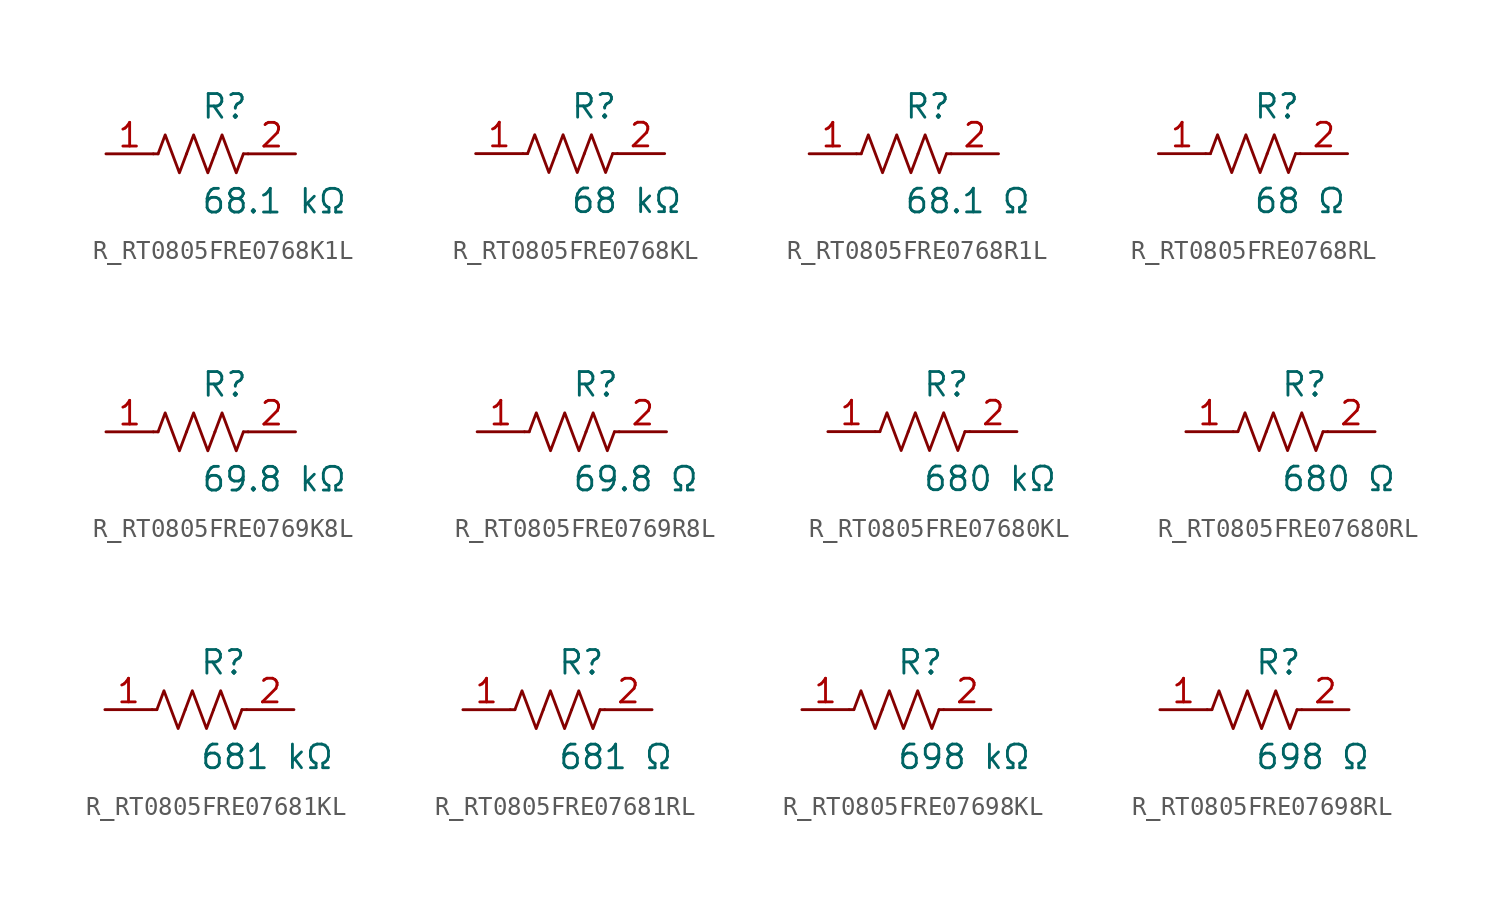
<source format=kicad_sym>
(kicad_symbol_lib
  (version 20231120)
  (generator kicad_symbol_editor)
  (generator_version 8.0)
  (symbol "R_RT0805FRE0768K1L"
    (pin_names
      (offset 0.254))
    (property "Reference" "R"
      (at 0 2.54 0)
      (effects (font (size 1.27 1.27)) (justify left)))
    (property "Value" "68.1 kΩ"
      (at 0 -2.54 0)
      (effects (font (size 1.27 1.27)) (justify left)))
    (symbol "R_RT0805FRE0768K1L_0_1"
      (polyline (pts (xy 2.286 0) (xy 2.54 0)) (stroke (width 0) (type default)) (fill (type none)))
      (polyline (pts (xy -2.286 0) (xy -2.54 0)) (stroke (width 0) (type default)) (fill (type none)))
      (polyline (pts (xy 0.762 0) (xy 1.143 1.016) (xy 1.524 0) (xy 1.905 -1.016) (xy 2.286 0)) (stroke (width 0) (type default)) (fill (type none)))
      (polyline (pts (xy -0.762 0) (xy -0.381 1.016) (xy 0 0) (xy 0.381 -1.016) (xy 0.762 0)) (stroke (width 0) (type default)) (fill (type none)))
      (polyline (pts (xy -2.286 0) (xy -1.905 1.016) (xy -1.524 0) (xy -1.143 -1.016) (xy -0.762 0)) (stroke (width 0) (type default)) (fill (type none))))
    (pin passive line
      (at -5.08 0 0)
      (length 2.54)
      (name "" (effects (font (size 1.27 1.27))))
      (number "1" (effects (font (size 1.27 1.27)))))
    (pin passive line
      (at 5.08 0 180)
      (length 2.54)
      (name "" (effects (font (size 1.27 1.27))))
      (number "2" (effects (font (size 1.27 1.27))))))
  (symbol "R_RT0805FRE0768KL"
    (pin_names
      (offset 0.254))
    (property "Reference" "R"
      (at 0 2.54 0)
      (effects (font (size 1.27 1.27)) (justify left)))
    (property "Value" "68 kΩ"
      (at 0 -2.54 0)
      (effects (font (size 1.27 1.27)) (justify left)))
    (symbol "R_RT0805FRE0768KL_0_1"
      (polyline (pts (xy 2.286 0) (xy 2.54 0)) (stroke (width 0) (type default)) (fill (type none)))
      (polyline (pts (xy -2.286 0) (xy -2.54 0)) (stroke (width 0) (type default)) (fill (type none)))
      (polyline (pts (xy 0.762 0) (xy 1.143 1.016) (xy 1.524 0) (xy 1.905 -1.016) (xy 2.286 0)) (stroke (width 0) (type default)) (fill (type none)))
      (polyline (pts (xy -0.762 0) (xy -0.381 1.016) (xy 0 0) (xy 0.381 -1.016) (xy 0.762 0)) (stroke (width 0) (type default)) (fill (type none)))
      (polyline (pts (xy -2.286 0) (xy -1.905 1.016) (xy -1.524 0) (xy -1.143 -1.016) (xy -0.762 0)) (stroke (width 0) (type default)) (fill (type none))))
    (pin passive line
      (at -5.08 0 0)
      (length 2.54)
      (name "" (effects (font (size 1.27 1.27))))
      (number "1" (effects (font (size 1.27 1.27)))))
    (pin passive line
      (at 5.08 0 180)
      (length 2.54)
      (name "" (effects (font (size 1.27 1.27))))
      (number "2" (effects (font (size 1.27 1.27))))))
  (symbol "R_RT0805FRE0768R1L"
    (pin_names
      (offset 0.254))
    (property "Reference" "R"
      (at 0 2.54 0)
      (effects (font (size 1.27 1.27)) (justify left)))
    (property "Value" "68.1 Ω"
      (at 0 -2.54 0)
      (effects (font (size 1.27 1.27)) (justify left)))
    (symbol "R_RT0805FRE0768R1L_0_1"
      (polyline (pts (xy 2.286 0) (xy 2.54 0)) (stroke (width 0) (type default)) (fill (type none)))
      (polyline (pts (xy -2.286 0) (xy -2.54 0)) (stroke (width 0) (type default)) (fill (type none)))
      (polyline (pts (xy 0.762 0) (xy 1.143 1.016) (xy 1.524 0) (xy 1.905 -1.016) (xy 2.286 0)) (stroke (width 0) (type default)) (fill (type none)))
      (polyline (pts (xy -0.762 0) (xy -0.381 1.016) (xy 0 0) (xy 0.381 -1.016) (xy 0.762 0)) (stroke (width 0) (type default)) (fill (type none)))
      (polyline (pts (xy -2.286 0) (xy -1.905 1.016) (xy -1.524 0) (xy -1.143 -1.016) (xy -0.762 0)) (stroke (width 0) (type default)) (fill (type none))))
    (pin passive line
      (at -5.08 0 0)
      (length 2.54)
      (name "" (effects (font (size 1.27 1.27))))
      (number "1" (effects (font (size 1.27 1.27)))))
    (pin passive line
      (at 5.08 0 180)
      (length 2.54)
      (name "" (effects (font (size 1.27 1.27))))
      (number "2" (effects (font (size 1.27 1.27))))))
  (symbol "R_RT0805FRE0768RL"
    (pin_names
      (offset 0.254))
    (property "Reference" "R"
      (at 0 2.54 0)
      (effects (font (size 1.27 1.27)) (justify left)))
    (property "Value" "68 Ω"
      (at 0 -2.54 0)
      (effects (font (size 1.27 1.27)) (justify left)))
    (symbol "R_RT0805FRE0768RL_0_1"
      (polyline (pts (xy 2.286 0) (xy 2.54 0)) (stroke (width 0) (type default)) (fill (type none)))
      (polyline (pts (xy -2.286 0) (xy -2.54 0)) (stroke (width 0) (type default)) (fill (type none)))
      (polyline (pts (xy 0.762 0) (xy 1.143 1.016) (xy 1.524 0) (xy 1.905 -1.016) (xy 2.286 0)) (stroke (width 0) (type default)) (fill (type none)))
      (polyline (pts (xy -0.762 0) (xy -0.381 1.016) (xy 0 0) (xy 0.381 -1.016) (xy 0.762 0)) (stroke (width 0) (type default)) (fill (type none)))
      (polyline (pts (xy -2.286 0) (xy -1.905 1.016) (xy -1.524 0) (xy -1.143 -1.016) (xy -0.762 0)) (stroke (width 0) (type default)) (fill (type none))))
    (pin passive line
      (at -5.08 0 0)
      (length 2.54)
      (name "" (effects (font (size 1.27 1.27))))
      (number "1" (effects (font (size 1.27 1.27)))))
    (pin passive line
      (at 5.08 0 180)
      (length 2.54)
      (name "" (effects (font (size 1.27 1.27))))
      (number "2" (effects (font (size 1.27 1.27))))))
  (symbol "R_RT0805FRE0769K8L"
    (pin_names
      (offset 0.254))
    (property "Reference" "R"
      (at 0 2.54 0)
      (effects (font (size 1.27 1.27)) (justify left)))
    (property "Value" "69.8 kΩ"
      (at 0 -2.54 0)
      (effects (font (size 1.27 1.27)) (justify left)))
    (symbol "R_RT0805FRE0769K8L_0_1"
      (polyline (pts (xy 2.286 0) (xy 2.54 0)) (stroke (width 0) (type default)) (fill (type none)))
      (polyline (pts (xy -2.286 0) (xy -2.54 0)) (stroke (width 0) (type default)) (fill (type none)))
      (polyline (pts (xy 0.762 0) (xy 1.143 1.016) (xy 1.524 0) (xy 1.905 -1.016) (xy 2.286 0)) (stroke (width 0) (type default)) (fill (type none)))
      (polyline (pts (xy -0.762 0) (xy -0.381 1.016) (xy 0 0) (xy 0.381 -1.016) (xy 0.762 0)) (stroke (width 0) (type default)) (fill (type none)))
      (polyline (pts (xy -2.286 0) (xy -1.905 1.016) (xy -1.524 0) (xy -1.143 -1.016) (xy -0.762 0)) (stroke (width 0) (type default)) (fill (type none))))
    (pin passive line
      (at -5.08 0 0)
      (length 2.54)
      (name "" (effects (font (size 1.27 1.27))))
      (number "1" (effects (font (size 1.27 1.27)))))
    (pin passive line
      (at 5.08 0 180)
      (length 2.54)
      (name "" (effects (font (size 1.27 1.27))))
      (number "2" (effects (font (size 1.27 1.27))))))
  (symbol "R_RT0805FRE0769R8L"
    (pin_names
      (offset 0.254))
    (property "Reference" "R"
      (at 0 2.54 0)
      (effects (font (size 1.27 1.27)) (justify left)))
    (property "Value" "69.8 Ω"
      (at 0 -2.54 0)
      (effects (font (size 1.27 1.27)) (justify left)))
    (symbol "R_RT0805FRE0769R8L_0_1"
      (polyline (pts (xy 2.286 0) (xy 2.54 0)) (stroke (width 0) (type default)) (fill (type none)))
      (polyline (pts (xy -2.286 0) (xy -2.54 0)) (stroke (width 0) (type default)) (fill (type none)))
      (polyline (pts (xy 0.762 0) (xy 1.143 1.016) (xy 1.524 0) (xy 1.905 -1.016) (xy 2.286 0)) (stroke (width 0) (type default)) (fill (type none)))
      (polyline (pts (xy -0.762 0) (xy -0.381 1.016) (xy 0 0) (xy 0.381 -1.016) (xy 0.762 0)) (stroke (width 0) (type default)) (fill (type none)))
      (polyline (pts (xy -2.286 0) (xy -1.905 1.016) (xy -1.524 0) (xy -1.143 -1.016) (xy -0.762 0)) (stroke (width 0) (type default)) (fill (type none))))
    (pin passive line
      (at -5.08 0 0)
      (length 2.54)
      (name "" (effects (font (size 1.27 1.27))))
      (number "1" (effects (font (size 1.27 1.27)))))
    (pin passive line
      (at 5.08 0 180)
      (length 2.54)
      (name "" (effects (font (size 1.27 1.27))))
      (number "2" (effects (font (size 1.27 1.27))))))
  (symbol "R_RT0805FRE07680KL"
    (pin_names
      (offset 0.254))
    (property "Reference" "R"
      (at 0 2.54 0)
      (effects (font (size 1.27 1.27)) (justify left)))
    (property "Value" "680 kΩ"
      (at 0 -2.54 0)
      (effects (font (size 1.27 1.27)) (justify left)))
    (symbol "R_RT0805FRE07680KL_0_1"
      (polyline (pts (xy 2.286 0) (xy 2.54 0)) (stroke (width 0) (type default)) (fill (type none)))
      (polyline (pts (xy -2.286 0) (xy -2.54 0)) (stroke (width 0) (type default)) (fill (type none)))
      (polyline (pts (xy 0.762 0) (xy 1.143 1.016) (xy 1.524 0) (xy 1.905 -1.016) (xy 2.286 0)) (stroke (width 0) (type default)) (fill (type none)))
      (polyline (pts (xy -0.762 0) (xy -0.381 1.016) (xy 0 0) (xy 0.381 -1.016) (xy 0.762 0)) (stroke (width 0) (type default)) (fill (type none)))
      (polyline (pts (xy -2.286 0) (xy -1.905 1.016) (xy -1.524 0) (xy -1.143 -1.016) (xy -0.762 0)) (stroke (width 0) (type default)) (fill (type none))))
    (pin passive line
      (at -5.08 0 0)
      (length 2.54)
      (name "" (effects (font (size 1.27 1.27))))
      (number "1" (effects (font (size 1.27 1.27)))))
    (pin passive line
      (at 5.08 0 180)
      (length 2.54)
      (name "" (effects (font (size 1.27 1.27))))
      (number "2" (effects (font (size 1.27 1.27))))))
  (symbol "R_RT0805FRE07680RL"
    (pin_names
      (offset 0.254))
    (property "Reference" "R"
      (at 0 2.54 0)
      (effects (font (size 1.27 1.27)) (justify left)))
    (property "Value" "680 Ω"
      (at 0 -2.54 0)
      (effects (font (size 1.27 1.27)) (justify left)))
    (symbol "R_RT0805FRE07680RL_0_1"
      (polyline (pts (xy 2.286 0) (xy 2.54 0)) (stroke (width 0) (type default)) (fill (type none)))
      (polyline (pts (xy -2.286 0) (xy -2.54 0)) (stroke (width 0) (type default)) (fill (type none)))
      (polyline (pts (xy 0.762 0) (xy 1.143 1.016) (xy 1.524 0) (xy 1.905 -1.016) (xy 2.286 0)) (stroke (width 0) (type default)) (fill (type none)))
      (polyline (pts (xy -0.762 0) (xy -0.381 1.016) (xy 0 0) (xy 0.381 -1.016) (xy 0.762 0)) (stroke (width 0) (type default)) (fill (type none)))
      (polyline (pts (xy -2.286 0) (xy -1.905 1.016) (xy -1.524 0) (xy -1.143 -1.016) (xy -0.762 0)) (stroke (width 0) (type default)) (fill (type none))))
    (pin passive line
      (at -5.08 0 0)
      (length 2.54)
      (name "" (effects (font (size 1.27 1.27))))
      (number "1" (effects (font (size 1.27 1.27)))))
    (pin passive line
      (at 5.08 0 180)
      (length 2.54)
      (name "" (effects (font (size 1.27 1.27))))
      (number "2" (effects (font (size 1.27 1.27))))))
  (symbol "R_RT0805FRE07681KL"
    (pin_names
      (offset 0.254))
    (property "Reference" "R"
      (at 0 2.54 0)
      (effects (font (size 1.27 1.27)) (justify left)))
    (property "Value" "681 kΩ"
      (at 0 -2.54 0)
      (effects (font (size 1.27 1.27)) (justify left)))
    (symbol "R_RT0805FRE07681KL_0_1"
      (polyline (pts (xy 2.286 0) (xy 2.54 0)) (stroke (width 0) (type default)) (fill (type none)))
      (polyline (pts (xy -2.286 0) (xy -2.54 0)) (stroke (width 0) (type default)) (fill (type none)))
      (polyline (pts (xy 0.762 0) (xy 1.143 1.016) (xy 1.524 0) (xy 1.905 -1.016) (xy 2.286 0)) (stroke (width 0) (type default)) (fill (type none)))
      (polyline (pts (xy -0.762 0) (xy -0.381 1.016) (xy 0 0) (xy 0.381 -1.016) (xy 0.762 0)) (stroke (width 0) (type default)) (fill (type none)))
      (polyline (pts (xy -2.286 0) (xy -1.905 1.016) (xy -1.524 0) (xy -1.143 -1.016) (xy -0.762 0)) (stroke (width 0) (type default)) (fill (type none))))
    (pin passive line
      (at -5.08 0 0)
      (length 2.54)
      (name "" (effects (font (size 1.27 1.27))))
      (number "1" (effects (font (size 1.27 1.27)))))
    (pin passive line
      (at 5.08 0 180)
      (length 2.54)
      (name "" (effects (font (size 1.27 1.27))))
      (number "2" (effects (font (size 1.27 1.27))))))
  (symbol "R_RT0805FRE07681RL"
    (pin_names
      (offset 0.254))
    (property "Reference" "R"
      (at 0 2.54 0)
      (effects (font (size 1.27 1.27)) (justify left)))
    (property "Value" "681 Ω"
      (at 0 -2.54 0)
      (effects (font (size 1.27 1.27)) (justify left)))
    (symbol "R_RT0805FRE07681RL_0_1"
      (polyline (pts (xy 2.286 0) (xy 2.54 0)) (stroke (width 0) (type default)) (fill (type none)))
      (polyline (pts (xy -2.286 0) (xy -2.54 0)) (stroke (width 0) (type default)) (fill (type none)))
      (polyline (pts (xy 0.762 0) (xy 1.143 1.016) (xy 1.524 0) (xy 1.905 -1.016) (xy 2.286 0)) (stroke (width 0) (type default)) (fill (type none)))
      (polyline (pts (xy -0.762 0) (xy -0.381 1.016) (xy 0 0) (xy 0.381 -1.016) (xy 0.762 0)) (stroke (width 0) (type default)) (fill (type none)))
      (polyline (pts (xy -2.286 0) (xy -1.905 1.016) (xy -1.524 0) (xy -1.143 -1.016) (xy -0.762 0)) (stroke (width 0) (type default)) (fill (type none))))
    (pin passive line
      (at -5.08 0 0)
      (length 2.54)
      (name "" (effects (font (size 1.27 1.27))))
      (number "1" (effects (font (size 1.27 1.27)))))
    (pin passive line
      (at 5.08 0 180)
      (length 2.54)
      (name "" (effects (font (size 1.27 1.27))))
      (number "2" (effects (font (size 1.27 1.27))))))
  (symbol "R_RT0805FRE07698KL"
    (pin_names
      (offset 0.254))
    (property "Reference" "R"
      (at 0 2.54 0)
      (effects (font (size 1.27 1.27)) (justify left)))
    (property "Value" "698 kΩ"
      (at 0 -2.54 0)
      (effects (font (size 1.27 1.27)) (justify left)))
    (symbol "R_RT0805FRE07698KL_0_1"
      (polyline (pts (xy 2.286 0) (xy 2.54 0)) (stroke (width 0) (type default)) (fill (type none)))
      (polyline (pts (xy -2.286 0) (xy -2.54 0)) (stroke (width 0) (type default)) (fill (type none)))
      (polyline (pts (xy 0.762 0) (xy 1.143 1.016) (xy 1.524 0) (xy 1.905 -1.016) (xy 2.286 0)) (stroke (width 0) (type default)) (fill (type none)))
      (polyline (pts (xy -0.762 0) (xy -0.381 1.016) (xy 0 0) (xy 0.381 -1.016) (xy 0.762 0)) (stroke (width 0) (type default)) (fill (type none)))
      (polyline (pts (xy -2.286 0) (xy -1.905 1.016) (xy -1.524 0) (xy -1.143 -1.016) (xy -0.762 0)) (stroke (width 0) (type default)) (fill (type none))))
    (pin passive line
      (at -5.08 0 0)
      (length 2.54)
      (name "" (effects (font (size 1.27 1.27))))
      (number "1" (effects (font (size 1.27 1.27)))))
    (pin passive line
      (at 5.08 0 180)
      (length 2.54)
      (name "" (effects (font (size 1.27 1.27))))
      (number "2" (effects (font (size 1.27 1.27))))))
  (symbol "R_RT0805FRE07698RL"
    (pin_names
      (offset 0.254))
    (property "Reference" "R"
      (at 0 2.54 0)
      (effects (font (size 1.27 1.27)) (justify left)))
    (property "Value" "698 Ω"
      (at 0 -2.54 0)
      (effects (font (size 1.27 1.27)) (justify left)))
    (symbol "R_RT0805FRE07698RL_0_1"
      (polyline (pts (xy 2.286 0) (xy 2.54 0)) (stroke (width 0) (type default)) (fill (type none)))
      (polyline (pts (xy -2.286 0) (xy -2.54 0)) (stroke (width 0) (type default)) (fill (type none)))
      (polyline (pts (xy 0.762 0) (xy 1.143 1.016) (xy 1.524 0) (xy 1.905 -1.016) (xy 2.286 0)) (stroke (width 0) (type default)) (fill (type none)))
      (polyline (pts (xy -0.762 0) (xy -0.381 1.016) (xy 0 0) (xy 0.381 -1.016) (xy 0.762 0)) (stroke (width 0) (type default)) (fill (type none)))
      (polyline (pts (xy -2.286 0) (xy -1.905 1.016) (xy -1.524 0) (xy -1.143 -1.016) (xy -0.762 0)) (stroke (width 0) (type default)) (fill (type none))))
    (pin passive line
      (at -5.08 0 0)
      (length 2.54)
      (name "" (effects (font (size 1.27 1.27))))
      (number "1" (effects (font (size 1.27 1.27)))))
    (pin passive line
      (at 5.08 0 180)
      (length 2.54)
      (name "" (effects (font (size 1.27 1.27))))
      (number "2" (effects (font (size 1.27 1.27)))))))
</source>
